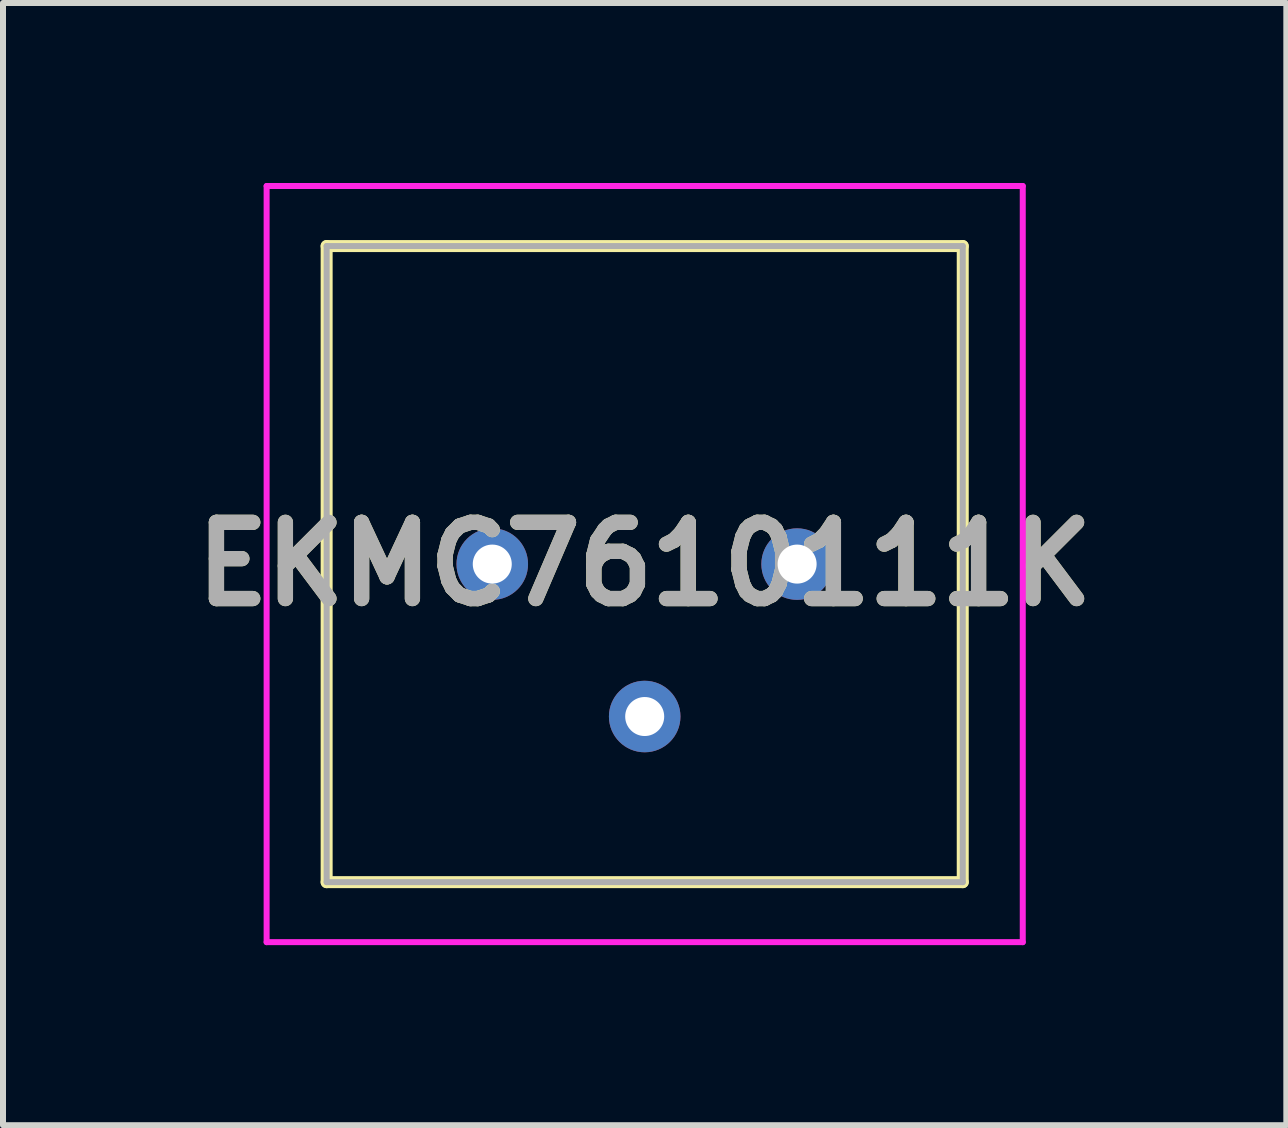
<source format=kicad_pcb>
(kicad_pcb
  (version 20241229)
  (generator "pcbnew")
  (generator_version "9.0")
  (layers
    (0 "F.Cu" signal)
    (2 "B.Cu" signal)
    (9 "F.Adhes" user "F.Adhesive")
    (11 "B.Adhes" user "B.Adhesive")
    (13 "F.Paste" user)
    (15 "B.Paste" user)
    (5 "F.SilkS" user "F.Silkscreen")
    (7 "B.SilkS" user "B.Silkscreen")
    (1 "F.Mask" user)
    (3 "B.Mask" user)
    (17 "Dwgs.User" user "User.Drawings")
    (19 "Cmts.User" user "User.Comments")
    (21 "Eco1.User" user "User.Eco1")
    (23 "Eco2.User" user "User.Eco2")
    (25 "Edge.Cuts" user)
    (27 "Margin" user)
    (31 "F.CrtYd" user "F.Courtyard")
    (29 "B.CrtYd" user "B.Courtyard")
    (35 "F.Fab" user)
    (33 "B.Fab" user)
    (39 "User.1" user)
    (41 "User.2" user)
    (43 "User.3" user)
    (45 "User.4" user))
  (footprint "EKMC7610111K"
    (layer "F.Cu")
    (at 5.153 6.35)
    (property "Reference" "EKMC7610111K" (at 2.54 0 0) (layer "F.SilkS") (effects (font (size 1.27 1.27) (thickness 0.254))))
    (attr through_hole)
    (fp_line (start -2.76 -5.3) (end 7.84 -5.3) (stroke (width 0.2) (type solid)) (layer "F.SilkS"))
    (fp_line (start -2.76 5.3) (end -2.76 -5.3) (stroke (width 0.2) (type solid)) (layer "F.SilkS"))
    (fp_line (start 7.84 -5.3) (end 7.84 5.3) (stroke (width 0.2) (type solid)) (layer "F.SilkS"))
    (fp_line (start 7.84 5.3) (end -2.76 5.3) (stroke (width 0.2) (type solid)) (layer "F.SilkS"))
    (fp_line (start -3.76 -6.3) (end 8.84 -6.3) (stroke (width 0.1) (type solid)) (layer "F.CrtYd"))
    (fp_line (start -3.76 6.3) (end -3.76 -6.3) (stroke (width 0.1) (type solid)) (layer "F.CrtYd"))
    (fp_line (start 8.84 -6.3) (end 8.84 6.3) (stroke (width 0.1) (type solid)) (layer "F.CrtYd"))
    (fp_line (start 8.84 6.3) (end -3.76 6.3) (stroke (width 0.1) (type solid)) (layer "F.CrtYd"))
    (fp_line (start -2.76 -5.3) (end 7.84 -5.3) (stroke (width 0.1) (type solid)) (layer "F.Fab"))
    (fp_line (start -2.76 5.3) (end -2.76 -5.3) (stroke (width 0.1) (type solid)) (layer "F.Fab"))
    (fp_line (start 7.84 -5.3) (end 7.84 5.3) (stroke (width 0.1) (type solid)) (layer "F.Fab"))
    (fp_line (start 7.84 5.3) (end -2.76 5.3) (stroke (width 0.1) (type solid)) (layer "F.Fab"))
    (fp_text user "${REFERENCE}" (at 2.54 0 0) (layer "F.Fab") (effects (font (size 1.27 1.27) (thickness 0.254))))
    (pad "1" thru_hole circle (at 0 0) (size 1.192 1.192) (drill 0.65) (layers "*.Cu" "*.Mask"))
    (pad "2" thru_hole circle (at 2.54 2.54) (size 1.192 1.192) (drill 0.65) (layers "*.Cu" "*.Mask"))
    (pad "3" thru_hole circle (at 5.08 0) (size 1.192 1.192) (drill 0.65) (layers "*.Cu" "*.Mask")))
  (gr_rect
    (start -3 -3)
    (end 18.385 15.7)
    (stroke (width 0.1) (type default))
    (fill no)
    (layer "Edge.Cuts")))
</source>
